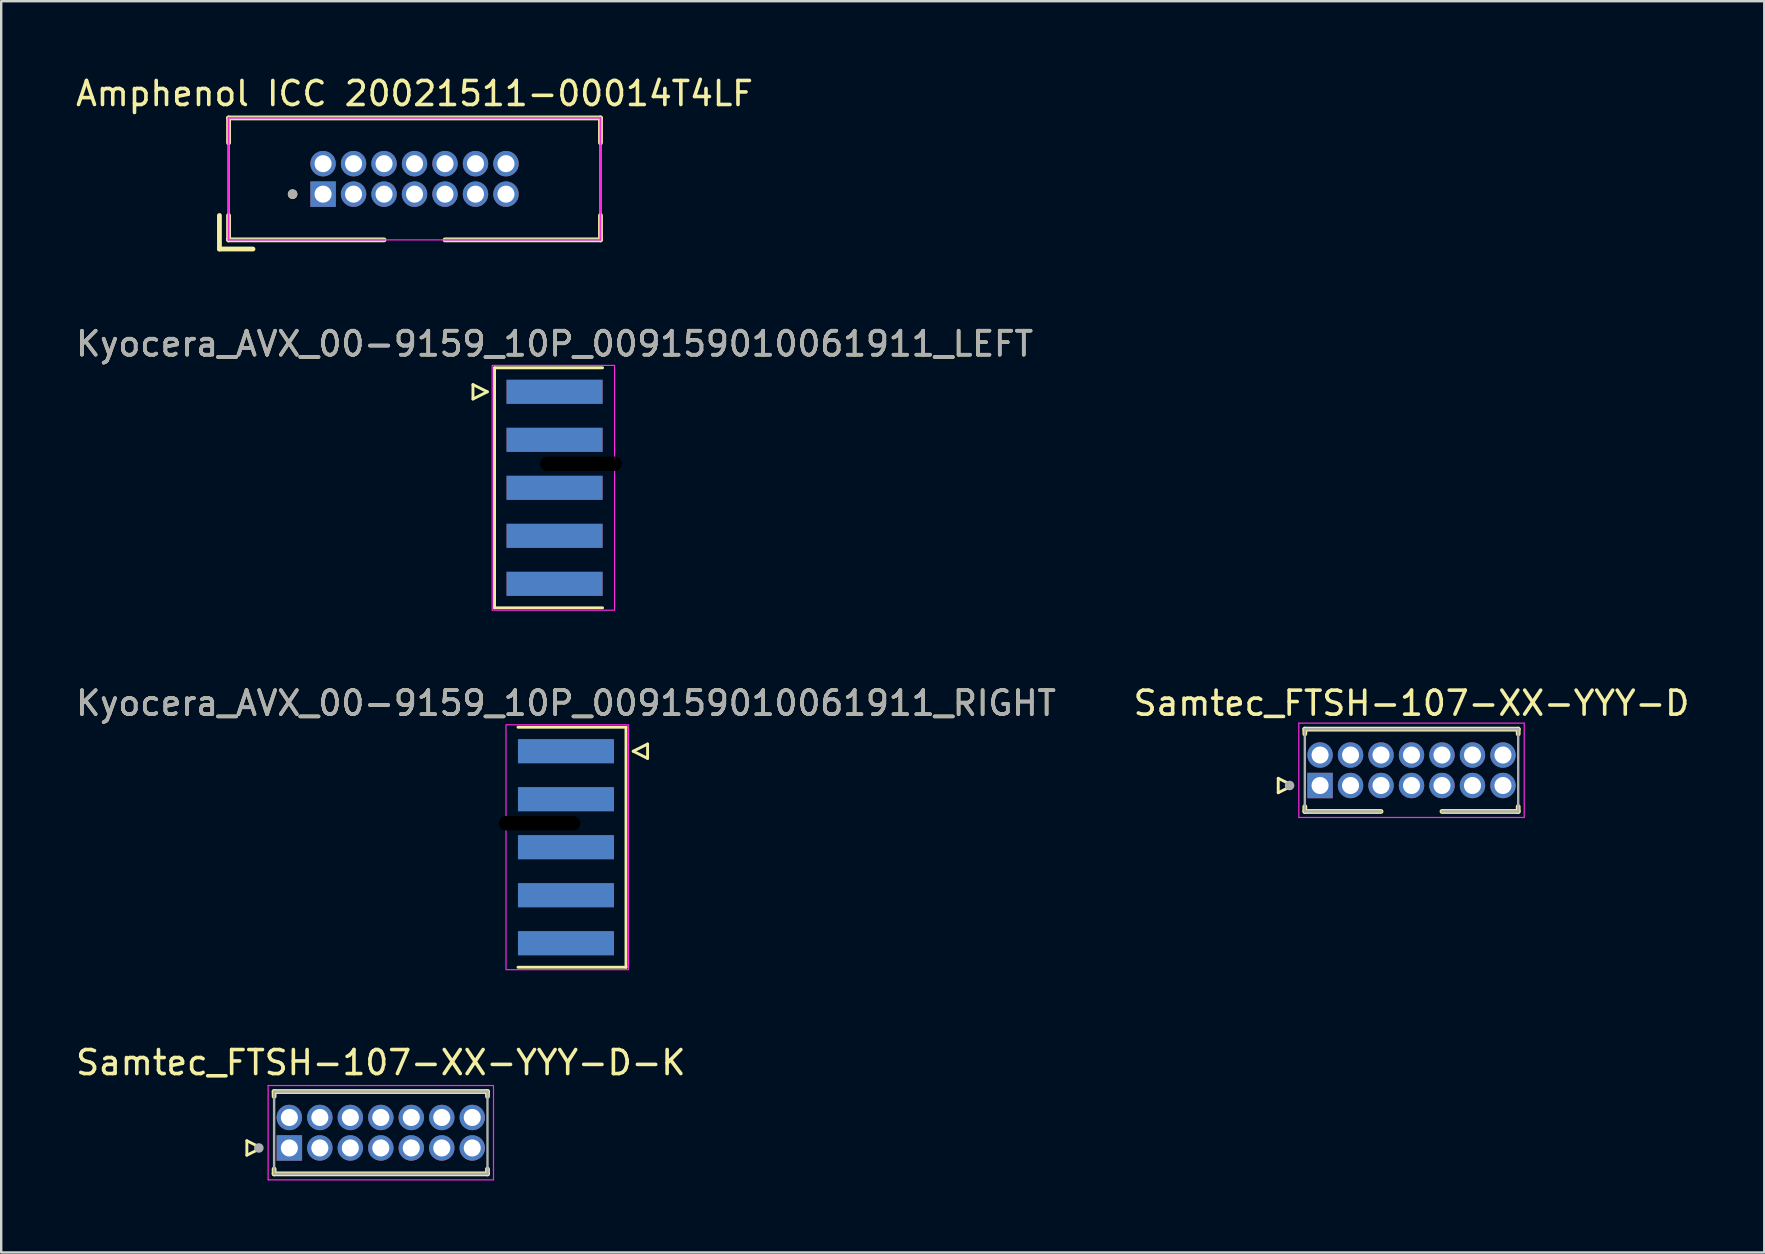
<source format=kicad_pcb>
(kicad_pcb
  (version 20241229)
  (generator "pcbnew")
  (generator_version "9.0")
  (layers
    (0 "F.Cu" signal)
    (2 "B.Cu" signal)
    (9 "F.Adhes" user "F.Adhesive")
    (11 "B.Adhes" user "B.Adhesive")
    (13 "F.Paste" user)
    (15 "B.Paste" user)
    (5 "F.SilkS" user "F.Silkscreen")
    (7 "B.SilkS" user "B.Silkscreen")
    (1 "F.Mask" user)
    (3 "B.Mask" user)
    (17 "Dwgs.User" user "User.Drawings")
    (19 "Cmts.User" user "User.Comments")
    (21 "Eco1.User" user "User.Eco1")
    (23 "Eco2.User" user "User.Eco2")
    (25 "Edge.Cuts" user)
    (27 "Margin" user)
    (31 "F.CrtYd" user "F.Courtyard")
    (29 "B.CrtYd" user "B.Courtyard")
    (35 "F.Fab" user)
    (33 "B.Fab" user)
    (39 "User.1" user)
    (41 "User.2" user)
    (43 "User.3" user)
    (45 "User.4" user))
  (footprint "Amphenol ICC 20021511-00014T4LF"
    (layer "F.Cu")
    (at 10.41 5.039)
    (property "Reference" "Amphenol ICC 20021511-00014T4LF" (at 3.81 -4.191 0) (layer "F.SilkS") (effects (font (size 1 1) (thickness 0.15))))
    (attr through_hole)
    (fp_line (start -4.318 2.286) (end -4.318 0.889) (stroke (width 0.2) (type solid)) (layer "F.SilkS"))
    (fp_line (start -4.318 2.286) (end -2.921 2.286) (stroke (width 0.2) (type solid)) (layer "F.SilkS"))
    (fp_line (start -3.937 -3.175) (end -3.937 -2.141) (stroke (width 0.2) (type solid)) (layer "F.SilkS"))
    (fp_line (start -3.937 -3.175) (end 11.557 -3.175) (stroke (width 0.2) (type solid)) (layer "F.SilkS"))
    (fp_line (start -3.937 1.905) (end -3.937 0.889) (stroke (width 0.2) (type solid)) (layer "F.SilkS"))
    (fp_line (start -3.937 1.905) (end 2.54 1.905) (stroke (width 0.2) (type solid)) (layer "F.SilkS"))
    (fp_line (start 5.08 1.905) (end 11.557 1.905) (stroke (width 0.2) (type solid)) (layer "F.SilkS"))
    (fp_line (start 11.557 -3.175) (end 11.557 -2.141) (stroke (width 0.2) (type solid)) (layer "F.SilkS"))
    (fp_line (start 11.557 1.905) (end 11.557 0.889) (stroke (width 0.2) (type solid)) (layer "F.SilkS"))
    (fp_circle (center -1.27 0) (end -1.17 0) (stroke (width 0.2) (type solid)) (fill no) (layer "F.SilkS"))
    (fp_line (start -3.937 -3.175) (end -3.937 1.905) (stroke (width 0.05) (type solid)) (layer "F.CrtYd"))
    (fp_line (start -3.937 -3.175) (end 11.557 -3.175) (stroke (width 0.05) (type solid)) (layer "F.CrtYd"))
    (fp_line (start 11.557 -3.175) (end 11.557 1.905) (stroke (width 0.05) (type solid)) (layer "F.CrtYd"))
    (fp_line (start 11.557 1.905) (end -3.937 1.905) (stroke (width 0.05) (type solid)) (layer "F.CrtYd"))
    (fp_line (start -3.937 -3.175) (end -3.937 1.905) (stroke (width 0.1) (type solid)) (layer "F.Fab"))
    (fp_line (start -3.937 -3.175) (end 11.557 -3.175) (stroke (width 0.1) (type solid)) (layer "F.Fab"))
    (fp_line (start -3.937 1.905) (end 2.54 1.905) (stroke (width 0.1) (type solid)) (layer "F.Fab"))
    (fp_line (start 5.08 1.905) (end 11.557 1.905) (stroke (width 0.1) (type solid)) (layer "F.Fab"))
    (fp_line (start 11.557 -3.175) (end 11.557 1.905) (stroke (width 0.1) (type solid)) (layer "F.Fab"))
    (fp_circle (center -1.27 0) (end -1.17 0) (stroke (width 0.2) (type solid)) (fill no) (layer "F.Fab"))
    (pad "1" thru_hole rect (at 0 0) (size 1.06 1.06) (drill 0.71) (layers "*.Cu" "*.Mask"))
    (pad "2" thru_hole circle (at 0 -1.27) (size 1.06 1.06) (drill 0.71) (layers "*.Cu" "*.Mask"))
    (pad "3" thru_hole circle (at 1.27 0) (size 1.06 1.06) (drill 0.71) (layers "*.Cu" "*.Mask"))
    (pad "4" thru_hole circle (at 1.27 -1.27) (size 1.06 1.06) (drill 0.71) (layers "*.Cu" "*.Mask"))
    (pad "5" thru_hole circle (at 2.54 0) (size 1.06 1.06) (drill 0.71) (layers "*.Cu" "*.Mask"))
    (pad "6" thru_hole circle (at 2.54 -1.27) (size 1.06 1.06) (drill 0.71) (layers "*.Cu" "*.Mask"))
    (pad "7" thru_hole circle (at 3.81 0) (size 1.06 1.06) (drill 0.71) (layers "*.Cu" "*.Mask"))
    (pad "8" thru_hole circle (at 3.81 -1.27) (size 1.06 1.06) (drill 0.71) (layers "*.Cu" "*.Mask"))
    (pad "9" thru_hole circle (at 5.08 0) (size 1.06 1.06) (drill 0.71) (layers "*.Cu" "*.Mask"))
    (pad "10" thru_hole circle (at 5.08 -1.27) (size 1.06 1.06) (drill 0.71) (layers "*.Cu" "*.Mask"))
    (pad "11" thru_hole circle (at 6.35 0) (size 1.06 1.06) (drill 0.71) (layers "*.Cu" "*.Mask"))
    (pad "12" thru_hole circle (at 6.35 -1.27) (size 1.06 1.06) (drill 0.71) (layers "*.Cu" "*.Mask"))
    (pad "13" thru_hole circle (at 7.62 0) (size 1.06 1.06) (drill 0.71) (layers "*.Cu" "*.Mask"))
    (pad "14" thru_hole circle (at 7.62 -1.27) (size 1.06 1.06) (drill 0.71) (layers "*.Cu" "*.Mask")))
  (footprint "Kyocera_AVX_00-9159_10P_009159010061911_LEFT"
    (layer "F.Cu")
    (at 20.054 17.273)
    (property "Reference" "Kyocera_AVX_00-9159_10P_009159010061911_LEFT" (at 0 -6 0) (unlocked yes) (layer "F.SilkS") (effects (font (size 1 1) (thickness 0.15))))
    (attr smd exclude_from_bom)
    (fp_line (start -3.4 -4.3) (end -2.8 -4) (stroke (width 0.12) (type solid)) (layer "F.SilkS"))
    (fp_line (start -3.4 -3.7) (end -3.4 -4.3) (stroke (width 0.12) (type solid)) (layer "F.SilkS"))
    (fp_line (start -2.8 -4) (end -3.4 -3.7) (stroke (width 0.12) (type solid)) (layer "F.SilkS"))
    (fp_line (start -2.5 -5) (end -2.5 5) (stroke (width 0.12) (type solid)) (layer "F.SilkS"))
    (fp_line (start -2.5 5) (end 2 5) (stroke (width 0.12) (type solid)) (layer "F.SilkS"))
    (fp_line (start 2 -5) (end -2.5 -5) (stroke (width 0.12) (type solid)) (layer "F.SilkS"))
    (fp_rect (start 2.5 -5.1) (end -2.6 5.1) (stroke (width 0.05) (type solid)) (fill no) (layer "F.CrtYd"))
    (fp_text user "${REFERENCE}" (at 0 -6 0) (unlocked yes) (layer "F.Fab") (effects (font (size 1 1) (thickness 0.15))))
    (pad "" np_thru_hole roundrect (at 1.1 -1) (size 3.4 0.6) (drill oval 3.4 0.6) (layers "*.Mask") (roundrect_rratio 0.5))
    (pad "1" smd rect (at 0 -4) (size 4 1) (layers "F.Cu" "F.Mask" "F.Paste"))
    (pad "2" smd rect (at 0 -2) (size 4 1) (layers "F.Cu" "F.Mask" "F.Paste"))
    (pad "3" smd rect (at 0 0) (size 4 1) (layers "F.Cu" "F.Mask" "F.Paste"))
    (pad "4" smd rect (at 0 2) (size 4 1) (layers "F.Cu" "F.Mask" "F.Paste"))
    (pad "5" smd rect (at 0 4) (size 4 1) (layers "F.Cu" "F.Mask" "F.Paste"))
    (pad "6" smd rect (at 0 -4) (size 4 1) (layers "B.Cu" "B.Mask" "B.Paste"))
    (pad "7" smd rect (at 0 -2) (size 4 1) (layers "B.Cu" "B.Mask" "B.Paste"))
    (pad "8" smd rect (at 0 0) (size 4 1) (layers "B.Cu" "B.Mask" "B.Paste"))
    (pad "9" smd rect (at 0 2) (size 4 1) (layers "B.Cu" "B.Mask" "B.Paste"))
    (pad "10" smd rect (at 0 4) (size 4 1) (layers "B.Cu" "B.Mask" "B.Paste")))
  (footprint "Samtec_FTSH-107-XX-YYY-D-K"
    (layer "F.Cu")
    (at 9.005 44.776)
    (property "Reference" "Samtec_FTSH-107-XX-YYY-D-K" (at 3.81 -3.556 0) (layer "F.SilkS") (effects (font (size 1 1) (thickness 0.15))))
    (attr through_hole)
    (fp_line (start -1.77 -0.3) (end -1.17 0) (stroke (width 0.12) (type solid)) (layer "F.SilkS"))
    (fp_line (start -1.77 0.3) (end -1.77 -0.3) (stroke (width 0.12) (type solid)) (layer "F.SilkS"))
    (fp_line (start -1.17 0) (end -1.77 0.3) (stroke (width 0.12) (type solid)) (layer "F.SilkS"))
    (fp_line (start -0.635 -2.35) (end -0.635 -2.15) (stroke (width 0.2) (type solid)) (layer "F.SilkS"))
    (fp_line (start -0.635 -2.35) (end 8.255 -2.35) (stroke (width 0.2) (type solid)) (layer "F.SilkS"))
    (fp_line (start -0.635 1.08) (end -0.635 0.88) (stroke (width 0.2) (type solid)) (layer "F.SilkS"))
    (fp_line (start -0.635 1.08) (end 8.255 1.08) (stroke (width 0.2) (type solid)) (layer "F.SilkS"))
    (fp_line (start 8.255 -2.35) (end 8.255 -2.15) (stroke (width 0.2) (type solid)) (layer "F.SilkS"))
    (fp_line (start 8.255 1.08) (end 8.255 0.88) (stroke (width 0.2) (type solid)) (layer "F.SilkS"))
    (fp_line (start -0.885 -2.6) (end -0.885 1.33) (stroke (width 0.05) (type solid)) (layer "F.CrtYd"))
    (fp_line (start -0.885 -2.6) (end 8.505 -2.6) (stroke (width 0.05) (type solid)) (layer "F.CrtYd"))
    (fp_line (start 8.505 -2.6) (end 8.505 1.33) (stroke (width 0.05) (type solid)) (layer "F.CrtYd"))
    (fp_line (start 8.505 1.33) (end -0.885 1.33) (stroke (width 0.05) (type solid)) (layer "F.CrtYd"))
    (fp_line (start -0.635 -2.35) (end -0.635 1.08) (stroke (width 0.1) (type solid)) (layer "F.Fab"))
    (fp_line (start -0.635 -2.35) (end 8.255 -2.35) (stroke (width 0.1) (type solid)) (layer "F.Fab"))
    (fp_line (start -0.635 1.08) (end 8.255 1.08) (stroke (width 0.1) (type solid)) (layer "F.Fab"))
    (fp_line (start 8.255 -2.35) (end 8.255 1.08) (stroke (width 0.1) (type solid)) (layer "F.Fab"))
    (fp_circle (center -1.27 0) (end -1.17 0) (stroke (width 0.2) (type solid)) (fill no) (layer "F.Fab"))
    (pad "1" thru_hole rect (at 0 0) (size 1.06 1.06) (drill 0.71) (layers "*.Cu" "*.Mask"))
    (pad "2" thru_hole circle (at 0 -1.27) (size 1.06 1.06) (drill 0.71) (layers "*.Cu" "*.Mask"))
    (pad "3" thru_hole circle (at 1.27 0) (size 1.06 1.06) (drill 0.71) (layers "*.Cu" "*.Mask"))
    (pad "4" thru_hole circle (at 1.27 -1.27) (size 1.06 1.06) (drill 0.71) (layers "*.Cu" "*.Mask"))
    (pad "5" thru_hole circle (at 2.54 0) (size 1.06 1.06) (drill 0.71) (layers "*.Cu" "*.Mask"))
    (pad "6" thru_hole circle (at 2.54 -1.27) (size 1.06 1.06) (drill 0.71) (layers "*.Cu" "*.Mask"))
    (pad "7" thru_hole circle (at 3.81 0) (size 1.06 1.06) (drill 0.71) (layers "*.Cu" "*.Mask"))
    (pad "8" thru_hole circle (at 3.81 -1.27) (size 1.06 1.06) (drill 0.71) (layers "*.Cu" "*.Mask"))
    (pad "9" thru_hole circle (at 5.08 0) (size 1.06 1.06) (drill 0.71) (layers "*.Cu" "*.Mask"))
    (pad "10" thru_hole circle (at 5.08 -1.27) (size 1.06 1.06) (drill 0.71) (layers "*.Cu" "*.Mask"))
    (pad "11" thru_hole circle (at 6.35 0) (size 1.06 1.06) (drill 0.71) (layers "*.Cu" "*.Mask"))
    (pad "12" thru_hole circle (at 6.35 -1.27) (size 1.06 1.06) (drill 0.71) (layers "*.Cu" "*.Mask"))
    (pad "13" thru_hole circle (at 7.62 0) (size 1.06 1.06) (drill 0.71) (layers "*.Cu" "*.Mask"))
    (pad "14" thru_hole circle (at 7.62 -1.27) (size 1.06 1.06) (drill 0.71) (layers "*.Cu" "*.Mask")))
  (footprint "Samtec_FTSH-107-XX-YYY-D"
    (layer "F.Cu")
    (at 51.946 29.676)
    (property "Reference" "Samtec_FTSH-107-XX-YYY-D" (at 3.81 -3.429 0) (layer "F.SilkS") (effects (font (size 1 1) (thickness 0.15))))
    (attr through_hole)
    (fp_line (start -1.743 -0.3) (end -1.143 0) (stroke (width 0.12) (type solid)) (layer "F.SilkS"))
    (fp_line (start -1.743 0.3) (end -1.743 -0.3) (stroke (width 0.12) (type solid)) (layer "F.SilkS"))
    (fp_line (start -1.143 0) (end -1.743 0.3) (stroke (width 0.12) (type solid)) (layer "F.SilkS"))
    (fp_line (start -0.635 -2.35) (end -0.635 -2.15) (stroke (width 0.2) (type solid)) (layer "F.SilkS"))
    (fp_line (start -0.635 -2.35) (end 8.255 -2.35) (stroke (width 0.2) (type solid)) (layer "F.SilkS"))
    (fp_line (start -0.635 1.08) (end -0.635 0.88) (stroke (width 0.2) (type solid)) (layer "F.SilkS"))
    (fp_line (start -0.635 1.08) (end 2.54 1.08) (stroke (width 0.2) (type solid)) (layer "F.SilkS"))
    (fp_line (start 5.08 1.08) (end 8.255 1.08) (stroke (width 0.2) (type solid)) (layer "F.SilkS"))
    (fp_line (start 8.255 -2.35) (end 8.255 -2.15) (stroke (width 0.2) (type solid)) (layer "F.SilkS"))
    (fp_line (start 8.255 1.08) (end 8.255 0.88) (stroke (width 0.2) (type solid)) (layer "F.SilkS"))
    (fp_line (start -0.885 -2.6) (end -0.885 1.33) (stroke (width 0.05) (type solid)) (layer "F.CrtYd"))
    (fp_line (start -0.885 -2.6) (end 8.505 -2.6) (stroke (width 0.05) (type solid)) (layer "F.CrtYd"))
    (fp_line (start 8.505 -2.6) (end 8.505 1.33) (stroke (width 0.05) (type solid)) (layer "F.CrtYd"))
    (fp_line (start 8.505 1.33) (end -0.885 1.33) (stroke (width 0.05) (type solid)) (layer "F.CrtYd"))
    (fp_line (start -0.635 -2.35) (end -0.635 1.08) (stroke (width 0.1) (type solid)) (layer "F.Fab"))
    (fp_line (start -0.635 -2.35) (end 8.255 -2.35) (stroke (width 0.1) (type solid)) (layer "F.Fab"))
    (fp_line (start -0.635 1.08) (end 2.54 1.08) (stroke (width 0.1) (type solid)) (layer "F.Fab"))
    (fp_line (start 5.08 1.08) (end 8.255 1.08) (stroke (width 0.1) (type solid)) (layer "F.Fab"))
    (fp_line (start 8.255 -2.35) (end 8.255 1.08) (stroke (width 0.1) (type solid)) (layer "F.Fab"))
    (fp_circle (center -1.27 0) (end -1.17 0) (stroke (width 0.2) (type solid)) (fill no) (layer "F.Fab"))
    (pad "1" thru_hole rect (at 0 0) (size 1.06 1.06) (drill 0.71) (layers "*.Cu" "*.Mask"))
    (pad "2" thru_hole circle (at 0 -1.27) (size 1.06 1.06) (drill 0.71) (layers "*.Cu" "*.Mask"))
    (pad "3" thru_hole circle (at 1.27 0) (size 1.06 1.06) (drill 0.71) (layers "*.Cu" "*.Mask"))
    (pad "4" thru_hole circle (at 1.27 -1.27) (size 1.06 1.06) (drill 0.71) (layers "*.Cu" "*.Mask"))
    (pad "5" thru_hole circle (at 2.54 0) (size 1.06 1.06) (drill 0.71) (layers "*.Cu" "*.Mask"))
    (pad "6" thru_hole circle (at 2.54 -1.27) (size 1.06 1.06) (drill 0.71) (layers "*.Cu" "*.Mask"))
    (pad "7" thru_hole circle (at 3.81 0) (size 1.06 1.06) (drill 0.71) (layers "*.Cu" "*.Mask"))
    (pad "8" thru_hole circle (at 3.81 -1.27) (size 1.06 1.06) (drill 0.71) (layers "*.Cu" "*.Mask"))
    (pad "9" thru_hole circle (at 5.08 0) (size 1.06 1.06) (drill 0.71) (layers "*.Cu" "*.Mask"))
    (pad "10" thru_hole circle (at 5.08 -1.27) (size 1.06 1.06) (drill 0.71) (layers "*.Cu" "*.Mask"))
    (pad "11" thru_hole circle (at 6.35 0) (size 1.06 1.06) (drill 0.71) (layers "*.Cu" "*.Mask"))
    (pad "12" thru_hole circle (at 6.35 -1.27) (size 1.06 1.06) (drill 0.71) (layers "*.Cu" "*.Mask"))
    (pad "13" thru_hole circle (at 7.62 0) (size 1.06 1.06) (drill 0.71) (layers "*.Cu" "*.Mask"))
    (pad "14" thru_hole circle (at 7.62 -1.27) (size 1.06 1.06) (drill 0.71) (layers "*.Cu" "*.Mask")))
  (footprint "Kyocera_AVX_00-9159_10P_009159010061911_RIGHT"
    (layer "F.Cu")
    (at 20.53 32.247)
    (property "Reference" "Kyocera_AVX_00-9159_10P_009159010061911_RIGHT" (at 0 -6 0) (unlocked yes) (layer "F.SilkS") (effects (font (size 1 1) (thickness 0.15))))
    (attr smd exclude_from_bom)
    (fp_line (start -2 -5) (end 2.5 -5) (stroke (width 0.12) (type solid)) (layer "F.SilkS"))
    (fp_line (start 2.5 -5) (end 2.5 5) (stroke (width 0.12) (type solid)) (layer "F.SilkS"))
    (fp_line (start 2.5 5) (end -2 5) (stroke (width 0.12) (type solid)) (layer "F.SilkS"))
    (fp_line (start 2.8 -4) (end 3.4 -3.7) (stroke (width 0.12) (type solid)) (layer "F.SilkS"))
    (fp_line (start 3.4 -4.3) (end 2.8 -4) (stroke (width 0.12) (type solid)) (layer "F.SilkS"))
    (fp_line (start 3.4 -3.7) (end 3.4 -4.3) (stroke (width 0.12) (type solid)) (layer "F.SilkS"))
    (fp_rect (start -2.5 -5.1) (end 2.6 5.1) (stroke (width 0.05) (type solid)) (fill no) (layer "F.CrtYd"))
    (fp_text user "${REFERENCE}" (at 0 -6 0) (unlocked yes) (layer "F.Fab") (effects (font (size 1 1) (thickness 0.15))))
    (pad "" np_thru_hole roundrect (at -1.1 -1) (size 3.4 0.6) (drill oval 3.4 0.6) (layers "*.Mask") (roundrect_rratio 0.5))
    (pad "1" smd rect (at 0 -4) (size 4 1) (layers "F.Cu" "F.Mask" "F.Paste"))
    (pad "2" smd rect (at 0 -2) (size 4 1) (layers "F.Cu" "F.Mask" "F.Paste"))
    (pad "3" smd rect (at 0 0) (size 4 1) (layers "F.Cu" "F.Mask" "F.Paste"))
    (pad "4" smd rect (at 0 2) (size 4 1) (layers "F.Cu" "F.Mask" "F.Paste"))
    (pad "5" smd rect (at 0 4) (size 4 1) (layers "F.Cu" "F.Mask" "F.Paste"))
    (pad "6" smd rect (at 0 -4) (size 4 1) (layers "B.Cu" "B.Mask" "B.Paste"))
    (pad "7" smd rect (at 0 -2) (size 4 1) (layers "B.Cu" "B.Mask" "B.Paste"))
    (pad "8" smd rect (at 0 0) (size 4 1) (layers "B.Cu" "B.Mask" "B.Paste"))
    (pad "9" smd rect (at 0 2) (size 4 1) (layers "B.Cu" "B.Mask" "B.Paste"))
    (pad "10" smd rect (at 0 4) (size 4 1) (layers "B.Cu" "B.Mask" "B.Paste")))
  (gr_rect
    (start -3 -3)
    (end 70.452 49.131)
    (stroke (width 0.1) (type default))
    (fill no)
    (layer "Edge.Cuts")))
</source>
